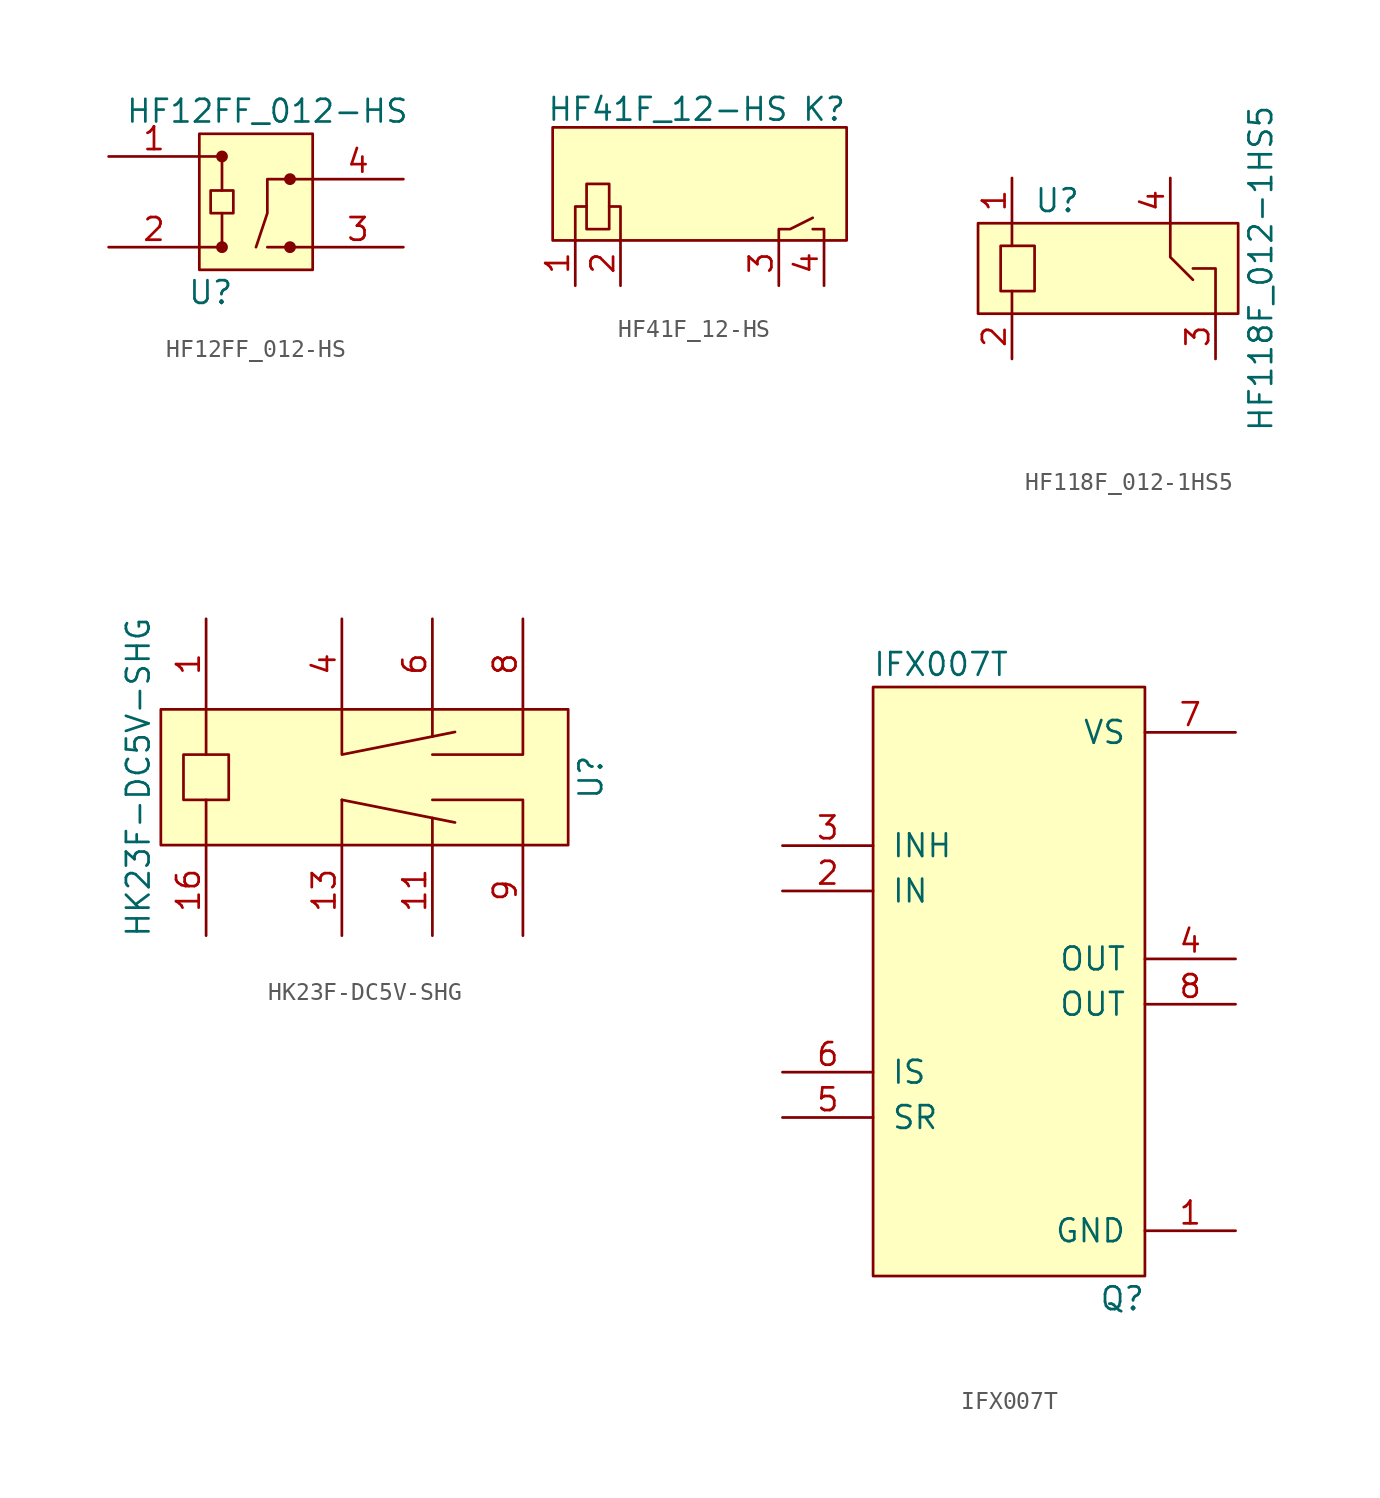
<source format=kicad_sym>
(kicad_symbol_lib
  (version 20211014)
  (generator kicad_symbol_editor)
  (symbol "HF12FF_012-HS"
    (pin_names
      (offset 1.016))
    (property "Reference" "U"
      (at 0.635 -7.62 0)
      (effects (font (size 1.27 1.27))))
    (property "Value" "HF12FF_012-HS"
      (at 3.81 2.54 0)
      (effects (font (size 1.27 1.27))))
    (property "Footprint" ""
      (at 0 0 0)
      (effects (font (size 1.524 1.524))))
    (property "Datasheet" ""
      (at 0 0 0)
      (effects (font (size 1.524 1.524))))
    (symbol "HF12FF_012-HS_0_1"
      (rectangle (start 0 -6.35) (end 6.35 1.27) (stroke (width 0) (type default) (color 0 0 0 0)) (fill (type background)))
      (polyline (pts (xy 1.27 -5.08) (xy 0 -5.08)) (stroke (width 0) (type default) (color 0 0 0 0)) (fill (type none)))
      (polyline (pts (xy 1.27 -5.08) (xy 1.27 -3.175)) (stroke (width 0) (type default) (color 0 0 0 0)) (fill (type none)))
      (polyline (pts (xy 1.27 0) (xy 0 0)) (stroke (width 0) (type default) (color 0 0 0 0)) (fill (type none)))
      (polyline (pts (xy 1.27 0) (xy 1.27 -1.905)) (stroke (width 0) (type default) (color 0 0 0 0)) (fill (type none)))
      (polyline (pts (xy 5.08 -5.08) (xy 3.81 -5.08)) (stroke (width 0) (type default) (color 0 0 0 0)) (fill (type none)))
      (polyline (pts (xy 5.08 -1.27) (xy 6.35 -1.27)) (stroke (width 0) (type default) (color 0 0 0 0)) (fill (type none)))
      (polyline (pts (xy 6.35 -5.08) (xy 5.08 -5.08)) (stroke (width 0) (type default) (color 0 0 0 0)) (fill (type none)))
      (polyline (pts (xy 3.175 -5.08) (xy 3.81 -3.175) (xy 3.81 -1.27) (xy 5.08 -1.27)) (stroke (width 0) (type default) (color 0 0 0 0)) (fill (type none)))
      (rectangle (start 0.635 -1.905) (end 1.905 -3.175) (stroke (width 0) (type default) (color 0 0 0 0)) (fill (type none)))
      (circle (center 1.27 0) (radius 0.254) (stroke (width 0) (type default) (color 0 0 0 0)) (fill (type outline)))
      (circle (center 5.08 -1.27) (radius 0.254) (stroke (width 0) (type default) (color 0 0 0 0)) (fill (type outline))))
    (symbol "HF12FF_012-HS_1_1"
      (circle (center 1.27 -5.08) (radius 0.254) (stroke (width 0) (type default) (color 0 0 0 0)) (fill (type outline)))
      (circle (center 5.08 -5.08) (radius 0.254) (stroke (width 0) (type default) (color 0 0 0 0)) (fill (type outline)))
      (pin input line (at -5.08 0 0) (length 5.08) (name "~" (effects (font (size 1.27 1.27)))) (number "1" (effects (font (size 1.27 1.27)))))
      (pin input line (at -5.08 -5.08 0) (length 5.08) (name "~" (effects (font (size 1.27 1.27)))) (number "2" (effects (font (size 1.27 1.27)))))
      (pin input line (at 11.43 -5.08 180) (length 5.08) (name "~" (effects (font (size 1.27 1.27)))) (number "3" (effects (font (size 1.27 1.27)))))
      (pin input line (at 11.43 -1.27 180) (length 5.08) (name "~" (effects (font (size 1.27 1.27)))) (number "4" (effects (font (size 1.27 1.27)))))))
  (symbol "HF41F_12-HS"
    (pin_names
      (offset 1.016))
    (property "Reference" "K"
      (at 13.97 7.366 0)
      (effects (font (size 1.27 1.27))))
    (property "Value" "HF41F_12-HS"
      (at 5.207 7.366 0)
      (effects (font (size 1.27 1.27))))
    (symbol "HF41F_12-HS_0_1"
      (rectangle (start -1.27 0) (end 15.24 6.35) (stroke (width 0) (type default) (color 0 0 0 0)) (fill (type background)))
      (polyline (pts (xy 0 0) (xy 0 1.905) (xy 0.635 1.905)) (stroke (width 0) (type default) (color 0 0 0 0)) (fill (type none)))
      (polyline (pts (xy 1.905 1.905) (xy 2.54 1.905) (xy 2.54 0)) (stroke (width 0) (type default) (color 0 0 0 0)) (fill (type none)))
      (polyline (pts (xy 13.335 0.635) (xy 13.97 0.635) (xy 13.97 0)) (stroke (width 0) (type default) (color 0 0 0 0)) (fill (type none)))
      (polyline (pts (xy 11.43 0) (xy 11.43 0.635) (xy 12.065 0.635) (xy 13.335 1.27)) (stroke (width 0) (type default) (color 0 0 0 0)) (fill (type none)))
      (rectangle (start 0.635 0.635) (end 1.905 3.175) (stroke (width 0) (type default) (color 0 0 0 0)) (fill (type none))))
    (symbol "HF41F_12-HS_1_1"
      (pin input line (at 0 -2.54 90) (length 2.54) (name "~" (effects (font (size 1.27 1.27)))) (number "1" (effects (font (size 1.27 1.27)))))
      (pin input line (at 2.54 -2.54 90) (length 2.54) (name "~" (effects (font (size 1.27 1.27)))) (number "2" (effects (font (size 1.27 1.27)))))
      (pin input line (at 11.43 -2.54 90) (length 2.54) (name "~" (effects (font (size 1.27 1.27)))) (number "3" (effects (font (size 1.27 1.27)))))
      (pin input line (at 13.97 -2.54 90) (length 2.54) (name "~" (effects (font (size 1.27 1.27)))) (number "4" (effects (font (size 1.27 1.27)))))))
  (symbol "HF118F_012-1HS5"
    (pin_names
      (offset 1.016))
    (property "Reference" "U"
      (at 2.54 1.27 0)
      (effects (font (size 1.27 1.27))))
    (property "Value" "HF118F_012-1HS5"
      (at 13.97 -2.54 90)
      (effects (font (size 1.27 1.27))))
    (symbol "HF118F_012-1HS5_0_1"
      (rectangle (start -1.905 0) (end 12.7 -5.08) (stroke (width 0) (type default) (color 0 0 0 0)) (fill (type background)))
      (rectangle (start -0.635 -1.27) (end 1.27 -3.81) (stroke (width 0) (type default) (color 0 0 0 0)) (fill (type none)))
      (polyline (pts (xy 0 -5.08) (xy 0 -3.81)) (stroke (width 0) (type default) (color 0 0 0 0)) (fill (type none)))
      (polyline (pts (xy 0 -1.27) (xy 0 0)) (stroke (width 0) (type default) (color 0 0 0 0)) (fill (type none)))
      (polyline (pts (xy 8.89 0) (xy 8.89 -1.905) (xy 10.16 -3.175)) (stroke (width 0) (type default) (color 0 0 0 0)) (fill (type none)))
      (polyline (pts (xy 11.43 -5.08) (xy 11.43 -2.54) (xy 10.16 -2.54)) (stroke (width 0) (type default) (color 0 0 0 0)) (fill (type none))))
    (symbol "HF118F_012-1HS5_1_1"
      (pin input line (at 0 2.54 270) (length 2.54) (name "~" (effects (font (size 1.27 1.27)))) (number "1" (effects (font (size 1.27 1.27)))))
      (pin input line (at 0 -7.62 90) (length 2.54) (name "~" (effects (font (size 1.27 1.27)))) (number "2" (effects (font (size 1.27 1.27)))))
      (pin input line (at 11.43 -7.62 90) (length 2.54) (name "~" (effects (font (size 1.27 1.27)))) (number "3" (effects (font (size 1.27 1.27)))))
      (pin input line (at 8.89 2.54 270) (length 2.54) (name "~" (effects (font (size 1.27 1.27)))) (number "4" (effects (font (size 1.27 1.27)))))))
  (symbol "HK23F-DC5V-SHG"
    (pin_names
      (offset 1.016))
    (property "Reference" "U"
      (at 13.97 -3.81 90)
      (effects (font (size 1.27 1.27))))
    (property "Value" "HK23F-DC5V-SHG"
      (at -11.43 -3.81 90)
      (effects (font (size 1.27 1.27))))
    (symbol "HK23F-DC5V-SHG_0_1"
      (rectangle (start -10.16 0) (end 12.7 -7.62) (stroke (width 0) (type default) (color 0 0 0 0)) (fill (type background)))
      (rectangle (start -8.89 -2.54) (end -6.35 -5.08) (stroke (width 0) (type default) (color 0 0 0 0)) (fill (type none)))
      (polyline (pts (xy -7.62 -7.62) (xy -7.62 -5.08)) (stroke (width 0) (type default) (color 0 0 0 0)) (fill (type none)))
      (polyline (pts (xy -7.62 -2.54) (xy -7.62 0)) (stroke (width 0) (type default) (color 0 0 0 0)) (fill (type none)))
      (polyline (pts (xy 0 -7.62) (xy 0 -7.62)) (stroke (width 0) (type default) (color 0 0 0 0)) (fill (type none)))
      (polyline (pts (xy 0 -7.62) (xy 0 -5.08)) (stroke (width 0) (type default) (color 0 0 0 0)) (fill (type none)))
      (polyline (pts (xy 0 -5.08) (xy 6.35 -6.35)) (stroke (width 0) (type default) (color 0 0 0 0)) (fill (type none)))
      (polyline (pts (xy 5.08 -7.62) (xy 5.08 -6.096)) (stroke (width 0) (type default) (color 0 0 0 0)) (fill (type none)))
      (polyline (pts (xy 5.08 0) (xy 5.08 -1.524)) (stroke (width 0) (type default) (color 0 0 0 0)) (fill (type none)))
      (polyline (pts (xy 0 0) (xy 0 -2.54) (xy 6.35 -1.27)) (stroke (width 0) (type default) (color 0 0 0 0)) (fill (type none)))
      (polyline (pts (xy 5.08 -5.08) (xy 10.16 -5.08) (xy 10.16 -7.62)) (stroke (width 0) (type default) (color 0 0 0 0)) (fill (type none)))
      (polyline (pts (xy 10.16 0) (xy 10.16 -2.54) (xy 5.08 -2.54)) (stroke (width 0) (type default) (color 0 0 0 0)) (fill (type none))))
    (symbol "HK23F-DC5V-SHG_1_1"
      (pin input line (at -7.62 5.08 270) (length 5.08) (name "~" (effects (font (size 1.27 1.27)))) (number "1" (effects (font (size 1.27 1.27)))))
      (pin input line (at 5.08 -12.7 90) (length 5.08) (name "~" (effects (font (size 1.27 1.27)))) (number "11" (effects (font (size 1.27 1.27)))))
      (pin input line (at 0 -12.7 90) (length 5.08) (name "~" (effects (font (size 1.27 1.27)))) (number "13" (effects (font (size 1.27 1.27)))))
      (pin input line (at -7.62 -12.7 90) (length 5.08) (name "~" (effects (font (size 1.27 1.27)))) (number "16" (effects (font (size 1.27 1.27)))))
      (pin input line (at 0 5.08 270) (length 5.08) (name "~" (effects (font (size 1.27 1.27)))) (number "4" (effects (font (size 1.27 1.27)))))
      (pin input line (at 5.08 5.08 270) (length 5.08) (name "~" (effects (font (size 1.27 1.27)))) (number "6" (effects (font (size 1.27 1.27)))))
      (pin input line (at 10.16 5.08 270) (length 5.08) (name "~" (effects (font (size 1.27 1.27)))) (number "8" (effects (font (size 1.27 1.27)))))
      (pin input line (at 10.16 -12.7 90) (length 5.08) (name "~" (effects (font (size 1.27 1.27)))) (number "9" (effects (font (size 1.27 1.27)))))))
  (symbol "IFX007T"
    (pin_names
      (offset 1.016))
    (property "Reference" "Q"
      (at 13.97 -25.4 0)
      (effects (font (size 1.27 1.27))))
    (property "Value" "IFX007T"
      (at 3.81 10.16 0)
      (effects (font (size 1.27 1.27))))
    (symbol "IFX007T_0_1"
      (rectangle (start 0 8.89) (end 15.24 -24.13) (stroke (width 0) (type default) (color 0 0 0 0)) (fill (type background))))
    (symbol "IFX007T_1_1"
      (pin passive line (at 20.32 -21.59 180) (length 5.08) (name "GND" (effects (font (size 1.27 1.27)))) (number "1" (effects (font (size 1.27 1.27)))))
      (pin passive line (at -5.08 -2.54 0) (length 5.08) (name "IN" (effects (font (size 1.27 1.27)))) (number "2" (effects (font (size 1.27 1.27)))))
      (pin passive line (at -5.08 0 0) (length 5.08) (name "INH" (effects (font (size 1.27 1.27)))) (number "3" (effects (font (size 1.27 1.27)))))
      (pin passive line (at 20.32 -6.35 180) (length 5.08) (name "OUT" (effects (font (size 1.27 1.27)))) (number "4" (effects (font (size 1.27 1.27)))))
      (pin passive line (at -5.08 -15.24 0) (length 5.08) (name "SR" (effects (font (size 1.27 1.27)))) (number "5" (effects (font (size 1.27 1.27)))))
      (pin passive line (at -5.08 -12.7 0) (length 5.08) (name "IS" (effects (font (size 1.27 1.27)))) (number "6" (effects (font (size 1.27 1.27)))))
      (pin passive line (at 20.32 6.35 180) (length 5.08) (name "VS" (effects (font (size 1.27 1.27)))) (number "7" (effects (font (size 1.27 1.27)))))
      (pin passive line (at 20.32 -8.89 180) (length 5.08) (name "OUT" (effects (font (size 1.27 1.27)))) (number "8" (effects (font (size 1.27 1.27))))))))
</source>
